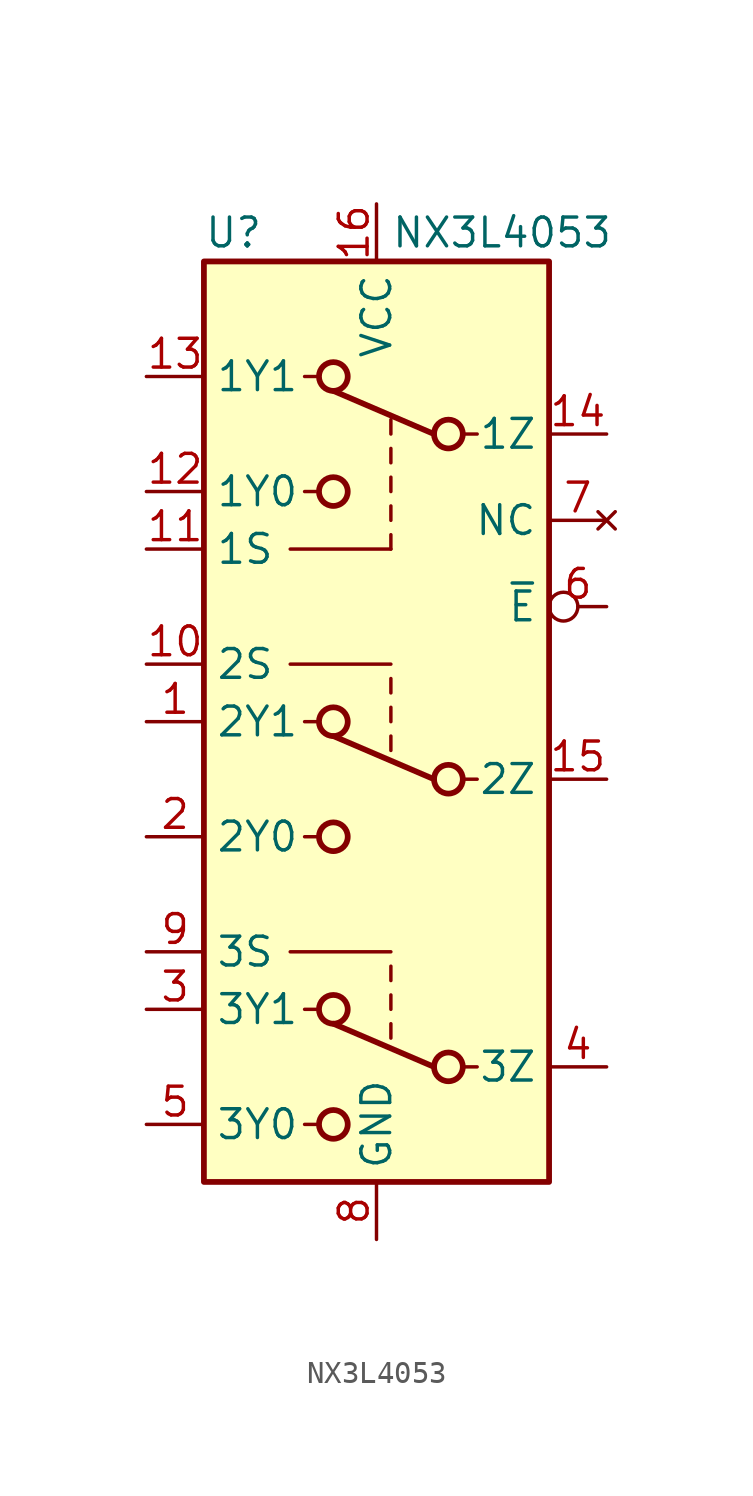
<source format=kicad_sym>
(kicad_symbol_lib
  (version 20231120)
  (generator "kicad_symbol_editor")
  (generator_version "8.0")
  (symbol "NX3L4053"
    (property "Reference" "U"
      (at -7.62 16.51 0)
      (effects (font (size 1.27 1.27)) (justify left)))
    (property "Value" "NX3L4053"
      (at 0.635 16.51 0)
      (effects (font (size 1.27 1.27)) (justify left)))
    (symbol "NX3L4053_0_1"
      (rectangle (start -7.62 15.24) (end 7.62 -25.4) (stroke (width 0.254) (type default)) (fill (type background)))
      (circle (center -1.905 -22.86) (radius 0.635) (stroke (width 0.254) (type default)) (fill (type none)))
      (circle (center -1.905 -17.78) (radius 0.635) (stroke (width 0.254) (type default)) (fill (type none)))
      (circle (center -1.905 -10.16) (radius 0.635) (stroke (width 0.254) (type default)) (fill (type none)))
      (circle (center -1.905 -5.08) (radius 0.635) (stroke (width 0.254) (type default)) (fill (type none)))
      (circle (center -1.905 5.08) (radius 0.635) (stroke (width 0.254) (type default)) (fill (type none)))
      (circle (center -1.905 10.16) (radius 0.635) (stroke (width 0.254) (type default)) (fill (type none)))
      (polyline (pts (xy -3.81 -15.24) (xy 0.635 -15.24)) (stroke (width 0) (type default)) (fill (type none)))
      (polyline (pts (xy -3.81 -2.54) (xy 0.635 -2.54)) (stroke (width 0) (type default)) (fill (type none)))
      (polyline (pts (xy -3.81 2.54) (xy 0.635 2.54)) (stroke (width 0) (type default)) (fill (type none)))
      (polyline (pts (xy -3.175 -22.86) (xy -2.54 -22.86)) (stroke (width 0) (type default)) (fill (type none)))
      (polyline (pts (xy -3.175 -17.78) (xy -2.54 -17.78)) (stroke (width 0) (type default)) (fill (type none)))
      (polyline (pts (xy -3.175 -10.16) (xy -2.54 -10.16)) (stroke (width 0) (type default)) (fill (type none)))
      (polyline (pts (xy -3.175 -5.08) (xy -2.54 -5.08)) (stroke (width 0) (type default)) (fill (type none)))
      (polyline (pts (xy -3.175 5.08) (xy -2.54 5.08)) (stroke (width 0) (type default)) (fill (type none)))
      (polyline (pts (xy -3.175 10.16) (xy -2.54 10.16)) (stroke (width 0) (type default)) (fill (type none)))
      (polyline (pts (xy -1.905 9.525) (xy 2.54 7.62)) (stroke (width 0.254) (type default)) (fill (type none)))
      (polyline (pts (xy 0.635 -18.415) (xy 0.635 -19.05)) (stroke (width 0) (type default)) (fill (type none)))
      (polyline (pts (xy 0.635 -17.145) (xy 0.635 -17.78)) (stroke (width 0) (type default)) (fill (type none)))
      (polyline (pts (xy 0.635 -15.875) (xy 0.635 -16.51)) (stroke (width 0) (type default)) (fill (type none)))
      (polyline (pts (xy 0.635 -5.715) (xy 0.635 -6.35)) (stroke (width 0) (type default)) (fill (type none)))
      (polyline (pts (xy 0.635 -4.445) (xy 0.635 -5.08)) (stroke (width 0) (type default)) (fill (type none)))
      (polyline (pts (xy 0.635 -3.175) (xy 0.635 -3.81)) (stroke (width 0) (type default)) (fill (type none)))
      (polyline (pts (xy 0.635 3.175) (xy 0.635 2.54)) (stroke (width 0) (type default)) (fill (type none)))
      (polyline (pts (xy 0.635 4.445) (xy 0.635 3.81)) (stroke (width 0) (type default)) (fill (type none)))
      (polyline (pts (xy 0.635 5.715) (xy 0.635 5.08)) (stroke (width 0) (type default)) (fill (type none)))
      (polyline (pts (xy 0.635 6.985) (xy 0.635 6.35)) (stroke (width 0) (type default)) (fill (type none)))
      (polyline (pts (xy 0.635 8.255) (xy 0.635 7.62)) (stroke (width 0) (type default)) (fill (type none)))
      (polyline (pts (xy 2.54 -20.32) (xy -1.905 -18.415)) (stroke (width 0.254) (type default)) (fill (type none)))
      (polyline (pts (xy 2.54 -7.62) (xy -1.905 -5.715)) (stroke (width 0.254) (type default)) (fill (type none)))
      (polyline (pts (xy 4.445 -20.32) (xy 3.81 -20.32)) (stroke (width 0) (type default)) (fill (type none)))
      (polyline (pts (xy 4.445 -7.62) (xy 3.81 -7.62)) (stroke (width 0) (type default)) (fill (type none)))
      (polyline (pts (xy 4.445 7.62) (xy 3.81 7.62)) (stroke (width 0) (type default)) (fill (type none)))
      (circle (center 3.175 -20.32) (radius 0.635) (stroke (width 0.254) (type default)) (fill (type none)))
      (circle (center 3.175 -7.62) (radius 0.635) (stroke (width 0.254) (type default)) (fill (type none)))
      (circle (center 3.175 7.62) (radius 0.635) (stroke (width 0.254) (type default)) (fill (type none))))
    (symbol "NX3L4053_1_1"
      (pin bidirectional line (at -10.16 -5.08 0) (length 2.54) (name "2Y1" (effects (font (size 1.27 1.27)))) (number "1" (effects (font (size 1.27 1.27)))))
      (pin input line (at -10.16 -2.54 0) (length 2.54) (name "2S" (effects (font (size 1.27 1.27)))) (number "10" (effects (font (size 1.27 1.27)))))
      (pin input line (at -10.16 2.54 0) (length 2.54) (name "1S" (effects (font (size 1.27 1.27)))) (number "11" (effects (font (size 1.27 1.27)))))
      (pin passive line (at 0 -27.94 90) (length 2.54) hide (name "GND" (effects (font (size 1.27 1.27)))) (number "11" (effects (font (size 1.27 1.27)))))
      (pin bidirectional line (at -10.16 5.08 0) (length 2.54) (name "1Y0" (effects (font (size 1.27 1.27)))) (number "12" (effects (font (size 1.27 1.27)))))
      (pin bidirectional line (at -10.16 10.16 0) (length 2.54) (name "1Y1" (effects (font (size 1.27 1.27)))) (number "13" (effects (font (size 1.27 1.27)))))
      (pin bidirectional line (at 10.16 7.62 180) (length 2.54) (name "1Z" (effects (font (size 1.27 1.27)))) (number "14" (effects (font (size 1.27 1.27)))))
      (pin bidirectional line (at 10.16 -7.62 180) (length 2.54) (name "2Z" (effects (font (size 1.27 1.27)))) (number "15" (effects (font (size 1.27 1.27)))))
      (pin power_in line (at 0 17.78 270) (length 2.54) (name "VCC" (effects (font (size 1.27 1.27)))) (number "16" (effects (font (size 1.27 1.27)))))
      (pin bidirectional line (at -10.16 -10.16 0) (length 2.54) (name "2Y0" (effects (font (size 1.27 1.27)))) (number "2" (effects (font (size 1.27 1.27)))))
      (pin bidirectional line (at -10.16 -17.78 0) (length 2.54) (name "3Y1" (effects (font (size 1.27 1.27)))) (number "3" (effects (font (size 1.27 1.27)))))
      (pin bidirectional line (at 10.16 -20.32 180) (length 2.54) (name "3Z" (effects (font (size 1.27 1.27)))) (number "4" (effects (font (size 1.27 1.27)))))
      (pin bidirectional line (at -10.16 -22.86 0) (length 2.54) (name "3Y0" (effects (font (size 1.27 1.27)))) (number "5" (effects (font (size 1.27 1.27)))))
      (pin bidirectional inverted (at 10.16 0 180) (length 2.54) (name "~{E}" (effects (font (size 1.27 1.27)))) (number "6" (effects (font (size 1.27 1.27)))))
      (pin no_connect line (at 10.16 3.81 180) (length 2.54) (name "NC" (effects (font (size 1.27 1.27)))) (number "7" (effects (font (size 1.27 1.27)))))
      (pin power_in line (at 0 -27.94 90) (length 2.54) (name "GND" (effects (font (size 1.27 1.27)))) (number "8" (effects (font (size 1.27 1.27)))))
      (pin input line (at -10.16 -15.24 0) (length 2.54) (name "3S" (effects (font (size 1.27 1.27)))) (number "9" (effects (font (size 1.27 1.27))))))))
</source>
